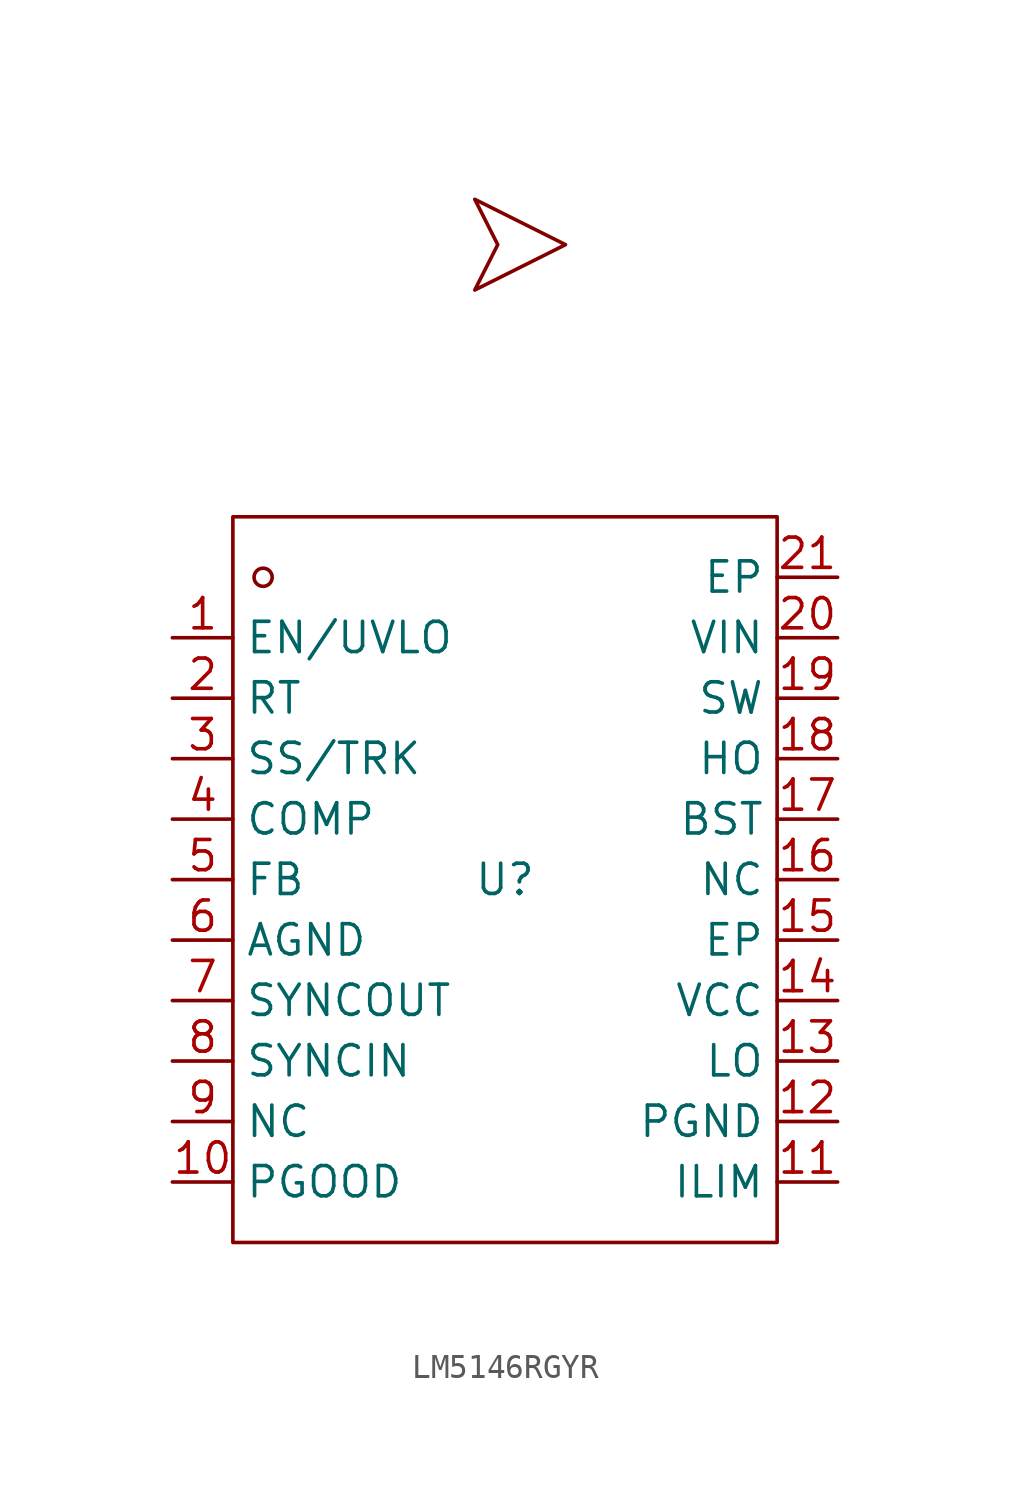
<source format=kicad_sym>
(kicad_symbol_lib
  (version 20241209)
  (generator "kicad_symbol_editor")
  (generator_version "9.0")
  (symbol "LM5146RGYR"
    (property "Reference" "U"
      (at 0 0 0)
      (effects (font (size 1.27 1.27))))
    (property "Value" ""
      (at 0 0 0)
      (effects (font (size 1.27 1.27))))
    (symbol "LM5146RGYR_1_0"
      (rectangle (start -11.43 -15.24) (end 11.43 15.24) (stroke (width 0) (type default)) (fill (type none)))
      (circle (center -10.16 12.7) (radius 0.381) (stroke (width 0) (type default)) (fill (type none)))
      (polyline (pts (xy 2.54 26.67) (xy -1.27 24.765) (xy -1.27 24.765) (xy -0.305 26.67) (xy -0.305 26.67) (xy -1.27 28.575) (xy -1.27 28.575) (xy 2.54 26.67)) (stroke (width 0) (type default)) (fill (type none)))
      (pin input line (at -13.97 10.16 0) (length 2.54) (name "EN/UVLO" (effects (font (size 1.27 1.27)))) (number "1" (effects (font (size 1.27 1.27)))))
      (pin input line (at -13.97 7.62 0) (length 2.54) (name "RT" (effects (font (size 1.27 1.27)))) (number "2" (effects (font (size 1.27 1.27)))))
      (pin input line (at -13.97 5.08 0) (length 2.54) (name "SS/TRK" (effects (font (size 1.27 1.27)))) (number "3" (effects (font (size 1.27 1.27)))))
      (pin output line (at -13.97 2.54 0) (length 2.54) (name "COMP" (effects (font (size 1.27 1.27)))) (number "4" (effects (font (size 1.27 1.27)))))
      (pin input line (at -13.97 0 0) (length 2.54) (name "FB" (effects (font (size 1.27 1.27)))) (number "5" (effects (font (size 1.27 1.27)))))
      (pin power_in line (at -13.97 -2.54 0) (length 2.54) (name "AGND" (effects (font (size 1.27 1.27)))) (number "6" (effects (font (size 1.27 1.27)))))
      (pin output line (at -13.97 -5.08 0) (length 2.54) (name "SYNCOUT" (effects (font (size 1.27 1.27)))) (number "7" (effects (font (size 1.27 1.27)))))
      (pin input line (at -13.97 -7.62 0) (length 2.54) (name "SYNCIN" (effects (font (size 1.27 1.27)))) (number "8" (effects (font (size 1.27 1.27)))))
      (pin free line (at -13.97 -10.16 0) (length 2.54) (name "NC" (effects (font (size 1.27 1.27)))) (number "9" (effects (font (size 1.27 1.27)))))
      (pin power_out line (at -13.97 -12.7 0) (length 2.54) (name "PGOOD" (effects (font (size 1.27 1.27)))) (number "10" (effects (font (size 1.27 1.27)))))
      (pin free line (at 13.97 12.7 180) (length 2.54) (name "EP" (effects (font (size 1.27 1.27)))) (number "21" (effects (font (size 1.27 1.27)))))
      (pin power_in line (at 13.97 10.16 180) (length 2.54) (name "VIN" (effects (font (size 1.27 1.27)))) (number "20" (effects (font (size 1.27 1.27)))))
      (pin input line (at 13.97 7.62 180) (length 2.54) (name "SW" (effects (font (size 1.27 1.27)))) (number "19" (effects (font (size 1.27 1.27)))))
      (pin power_out line (at 13.97 5.08 180) (length 2.54) (name "HO" (effects (font (size 1.27 1.27)))) (number "18" (effects (font (size 1.27 1.27)))))
      (pin output line (at 13.97 2.54 180) (length 2.54) (name "BST" (effects (font (size 1.27 1.27)))) (number "17" (effects (font (size 1.27 1.27)))))
      (pin free line (at 13.97 0 180) (length 2.54) (name "NC" (effects (font (size 1.27 1.27)))) (number "16" (effects (font (size 1.27 1.27)))))
      (pin free line (at 13.97 -2.54 180) (length 2.54) (name "EP" (effects (font (size 1.27 1.27)))) (number "15" (effects (font (size 1.27 1.27)))))
      (pin power_out line (at 13.97 -5.08 180) (length 2.54) (name "VCC" (effects (font (size 1.27 1.27)))) (number "14" (effects (font (size 1.27 1.27)))))
      (pin power_out line (at 13.97 -7.62 180) (length 2.54) (name "LO" (effects (font (size 1.27 1.27)))) (number "13" (effects (font (size 1.27 1.27)))))
      (pin power_in line (at 13.97 -10.16 180) (length 2.54) (name "PGND" (effects (font (size 1.27 1.27)))) (number "12" (effects (font (size 1.27 1.27)))))
      (pin input line (at 13.97 -12.7 180) (length 2.54) (name "ILIM" (effects (font (size 1.27 1.27)))) (number "11" (effects (font (size 1.27 1.27))))))))
</source>
